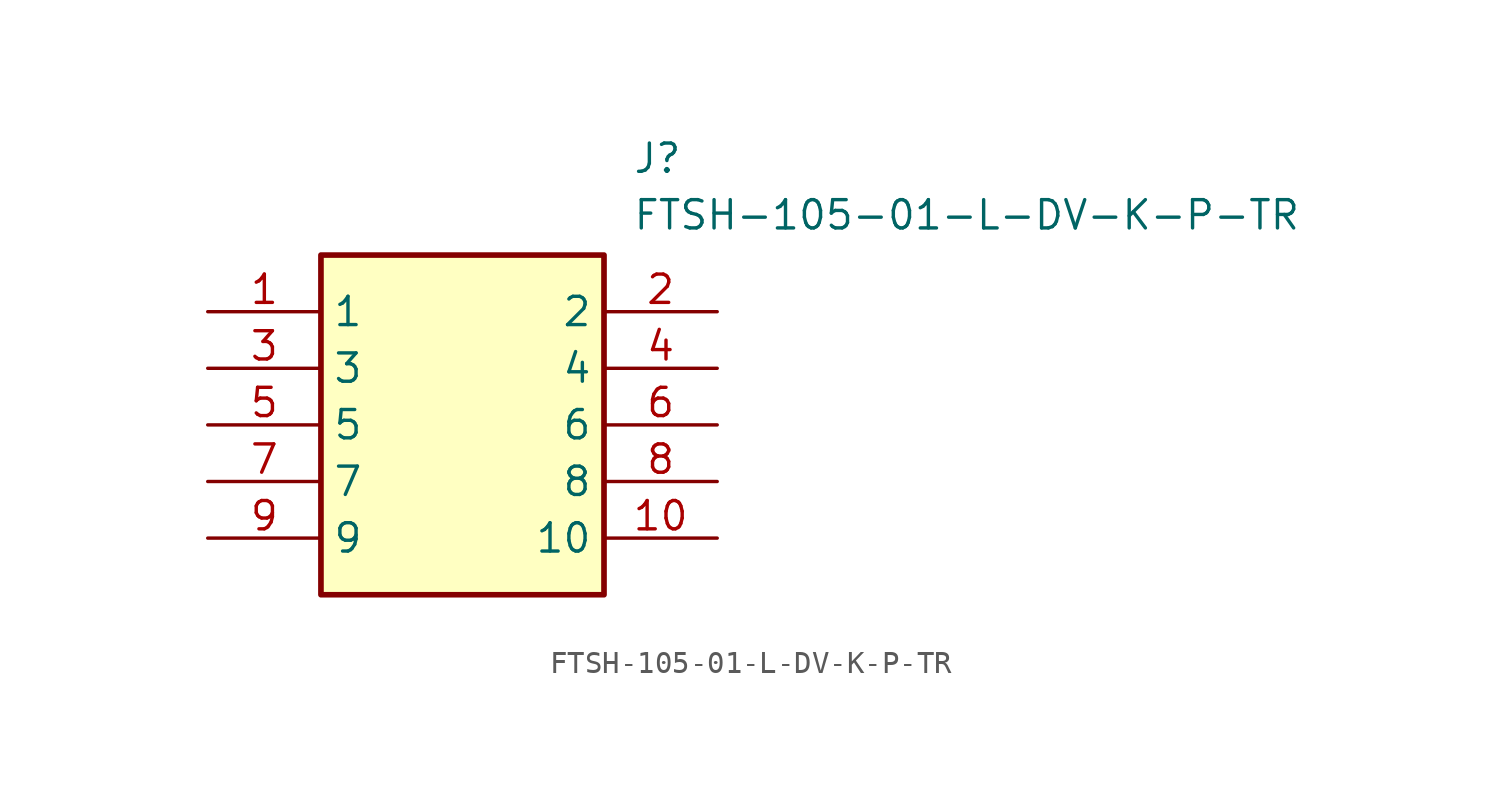
<source format=kicad_sym>
(kicad_symbol_lib
  (version 20211014)
  (generator SamacSys_ECAD_Model)
  (symbol "FTSH-105-01-L-DV-K-P-TR"
    (property "Reference" "J"
      (at 19.05 7.62 0)
      (effects (font (size 1.27 1.27)) (justify left top)))
    (property "Value" "FTSH-105-01-L-DV-K-P-TR"
      (at 19.05 5.08 0)
      (effects (font (size 1.27 1.27)) (justify left top)))
    (rectangle
      (start 5.08 2.54)
      (end 17.78 -12.7)
      (stroke (width 0.254) (type default))
      (fill (type background)))
    (pin passive line
      (at 0 0 0)
      (length 5.08)
      (name "1" (effects (font (size 1.27 1.27))))
      (number "1" (effects (font (size 1.27 1.27)))))
    (pin passive line
      (at 22.86 0 180)
      (length 5.08)
      (name "2" (effects (font (size 1.27 1.27))))
      (number "2" (effects (font (size 1.27 1.27)))))
    (pin passive line
      (at 0 -2.54 0)
      (length 5.08)
      (name "3" (effects (font (size 1.27 1.27))))
      (number "3" (effects (font (size 1.27 1.27)))))
    (pin passive line
      (at 22.86 -2.54 180)
      (length 5.08)
      (name "4" (effects (font (size 1.27 1.27))))
      (number "4" (effects (font (size 1.27 1.27)))))
    (pin passive line
      (at 0 -5.08 0)
      (length 5.08)
      (name "5" (effects (font (size 1.27 1.27))))
      (number "5" (effects (font (size 1.27 1.27)))))
    (pin passive line
      (at 22.86 -5.08 180)
      (length 5.08)
      (name "6" (effects (font (size 1.27 1.27))))
      (number "6" (effects (font (size 1.27 1.27)))))
    (pin passive line
      (at 0 -7.62 0)
      (length 5.08)
      (name "7" (effects (font (size 1.27 1.27))))
      (number "7" (effects (font (size 1.27 1.27)))))
    (pin passive line
      (at 22.86 -7.62 180)
      (length 5.08)
      (name "8" (effects (font (size 1.27 1.27))))
      (number "8" (effects (font (size 1.27 1.27)))))
    (pin passive line
      (at 0 -10.16 0)
      (length 5.08)
      (name "9" (effects (font (size 1.27 1.27))))
      (number "9" (effects (font (size 1.27 1.27)))))
    (pin passive line
      (at 22.86 -10.16 180)
      (length 5.08)
      (name "10" (effects (font (size 1.27 1.27))))
      (number "10" (effects (font (size 1.27 1.27)))))))
</source>
